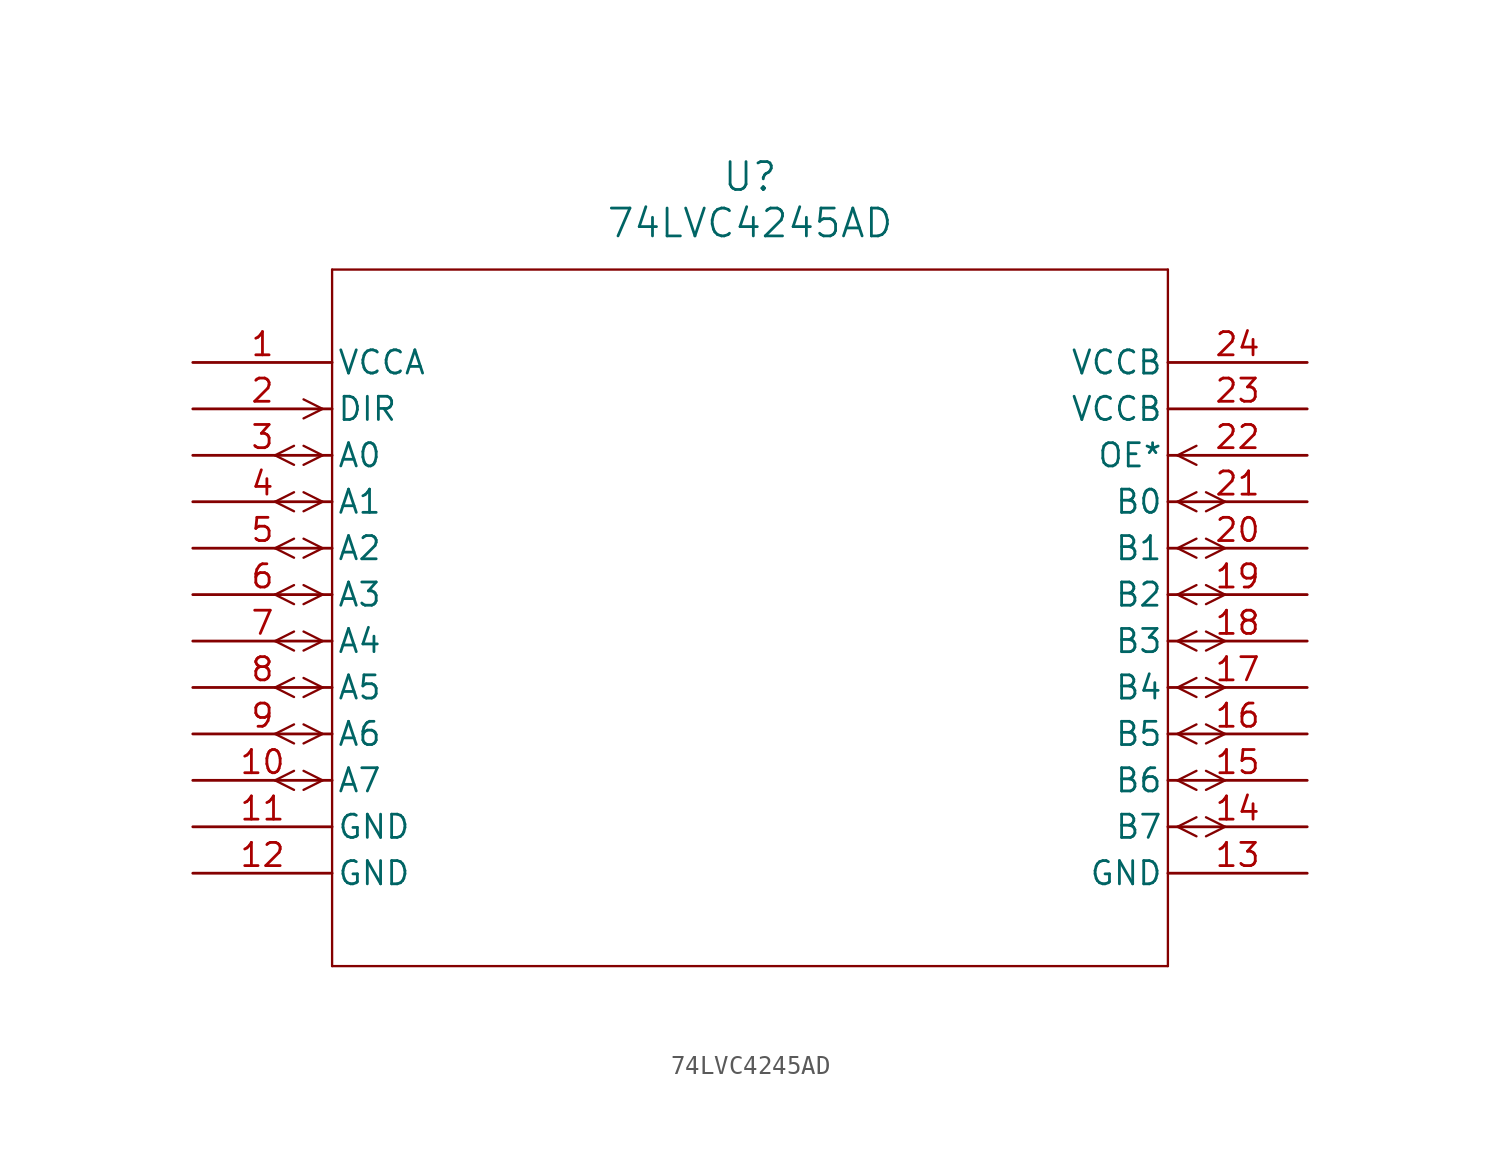
<source format=kicad_sym>
(kicad_symbol_lib
  (version 20211014)
  (generator kicad_symbol_editor)
  (symbol "74LVC4245AD"
    (pin_names
      (offset 0.254))
    (property "Reference" "U"
      (at 30.48 10.16 0)
      (effects (font (size 1.524 1.524))))
    (property "Value" "74LVC4245AD"
      (at 30.48 7.62 0)
      (effects (font (size 1.524 1.524))))
    (symbol "74LVC4245AD_0_1"
      (polyline (pts (xy 7.099 -2.54) (xy 6.058 -2.019)) (stroke (width 0.127) (type default) (color 0 0 0 0)) (fill (type none)))
      (polyline (pts (xy 7.099 -2.54) (xy 6.058 -3.061)) (stroke (width 0.127) (type default) (color 0 0 0 0)) (fill (type none)))
      (polyline (pts (xy 7.099 -5.08) (xy 6.058 -4.559)) (stroke (width 0.127) (type default) (color 0 0 0 0)) (fill (type none)))
      (polyline (pts (xy 7.099 -5.08) (xy 6.058 -5.601)) (stroke (width 0.127) (type default) (color 0 0 0 0)) (fill (type none)))
      (polyline (pts (xy 5.537 -4.559) (xy 4.496 -5.08)) (stroke (width 0.127) (type default) (color 0 0 0 0)) (fill (type none)))
      (polyline (pts (xy 5.537 -5.601) (xy 4.496 -5.08)) (stroke (width 0.127) (type default) (color 0 0 0 0)) (fill (type none)))
      (polyline (pts (xy 7.099 -7.62) (xy 6.058 -7.099)) (stroke (width 0.127) (type default) (color 0 0 0 0)) (fill (type none)))
      (polyline (pts (xy 7.099 -7.62) (xy 6.058 -8.141)) (stroke (width 0.127) (type default) (color 0 0 0 0)) (fill (type none)))
      (polyline (pts (xy 5.537 -7.099) (xy 4.496 -7.62)) (stroke (width 0.127) (type default) (color 0 0 0 0)) (fill (type none)))
      (polyline (pts (xy 5.537 -8.141) (xy 4.496 -7.62)) (stroke (width 0.127) (type default) (color 0 0 0 0)) (fill (type none)))
      (polyline (pts (xy 7.099 -10.16) (xy 6.058 -9.639)) (stroke (width 0.127) (type default) (color 0 0 0 0)) (fill (type none)))
      (polyline (pts (xy 7.099 -10.16) (xy 6.058 -10.681)) (stroke (width 0.127) (type default) (color 0 0 0 0)) (fill (type none)))
      (polyline (pts (xy 5.537 -9.639) (xy 4.496 -10.16)) (stroke (width 0.127) (type default) (color 0 0 0 0)) (fill (type none)))
      (polyline (pts (xy 5.537 -10.681) (xy 4.496 -10.16)) (stroke (width 0.127) (type default) (color 0 0 0 0)) (fill (type none)))
      (polyline (pts (xy 7.099 -12.7) (xy 6.058 -12.179)) (stroke (width 0.127) (type default) (color 0 0 0 0)) (fill (type none)))
      (polyline (pts (xy 7.099 -12.7) (xy 6.058 -13.221)) (stroke (width 0.127) (type default) (color 0 0 0 0)) (fill (type none)))
      (polyline (pts (xy 5.537 -12.179) (xy 4.496 -12.7)) (stroke (width 0.127) (type default) (color 0 0 0 0)) (fill (type none)))
      (polyline (pts (xy 5.537 -13.221) (xy 4.496 -12.7)) (stroke (width 0.127) (type default) (color 0 0 0 0)) (fill (type none)))
      (polyline (pts (xy 7.099 -15.24) (xy 6.058 -14.719)) (stroke (width 0.127) (type default) (color 0 0 0 0)) (fill (type none)))
      (polyline (pts (xy 7.099 -15.24) (xy 6.058 -15.761)) (stroke (width 0.127) (type default) (color 0 0 0 0)) (fill (type none)))
      (polyline (pts (xy 5.537 -14.719) (xy 4.496 -15.24)) (stroke (width 0.127) (type default) (color 0 0 0 0)) (fill (type none)))
      (polyline (pts (xy 5.537 -15.761) (xy 4.496 -15.24)) (stroke (width 0.127) (type default) (color 0 0 0 0)) (fill (type none)))
      (polyline (pts (xy 7.099 -17.78) (xy 6.058 -17.259)) (stroke (width 0.127) (type default) (color 0 0 0 0)) (fill (type none)))
      (polyline (pts (xy 7.099 -17.78) (xy 6.058 -18.301)) (stroke (width 0.127) (type default) (color 0 0 0 0)) (fill (type none)))
      (polyline (pts (xy 5.537 -17.259) (xy 4.496 -17.78)) (stroke (width 0.127) (type default) (color 0 0 0 0)) (fill (type none)))
      (polyline (pts (xy 5.537 -18.301) (xy 4.496 -17.78)) (stroke (width 0.127) (type default) (color 0 0 0 0)) (fill (type none)))
      (polyline (pts (xy 7.099 -20.32) (xy 6.058 -19.799)) (stroke (width 0.127) (type default) (color 0 0 0 0)) (fill (type none)))
      (polyline (pts (xy 7.099 -20.32) (xy 6.058 -20.841)) (stroke (width 0.127) (type default) (color 0 0 0 0)) (fill (type none)))
      (polyline (pts (xy 5.537 -19.799) (xy 4.496 -20.32)) (stroke (width 0.127) (type default) (color 0 0 0 0)) (fill (type none)))
      (polyline (pts (xy 5.537 -20.841) (xy 4.496 -20.32)) (stroke (width 0.127) (type default) (color 0 0 0 0)) (fill (type none)))
      (polyline (pts (xy 7.099 -22.86) (xy 6.058 -22.339)) (stroke (width 0.127) (type default) (color 0 0 0 0)) (fill (type none)))
      (polyline (pts (xy 7.099 -22.86) (xy 6.058 -23.381)) (stroke (width 0.127) (type default) (color 0 0 0 0)) (fill (type none)))
      (polyline (pts (xy 5.537 -22.339) (xy 4.496 -22.86)) (stroke (width 0.127) (type default) (color 0 0 0 0)) (fill (type none)))
      (polyline (pts (xy 5.537 -23.381) (xy 4.496 -22.86)) (stroke (width 0.127) (type default) (color 0 0 0 0)) (fill (type none)))
      (polyline (pts (xy 53.861 -25.4) (xy 54.902 -24.879)) (stroke (width 0.127) (type default) (color 0 0 0 0)) (fill (type none)))
      (polyline (pts (xy 53.861 -25.4) (xy 54.902 -25.921)) (stroke (width 0.127) (type default) (color 0 0 0 0)) (fill (type none)))
      (polyline (pts (xy 55.423 -24.879) (xy 56.464 -25.4)) (stroke (width 0.127) (type default) (color 0 0 0 0)) (fill (type none)))
      (polyline (pts (xy 55.423 -25.921) (xy 56.464 -25.4)) (stroke (width 0.127) (type default) (color 0 0 0 0)) (fill (type none)))
      (polyline (pts (xy 53.861 -22.86) (xy 54.902 -22.339)) (stroke (width 0.127) (type default) (color 0 0 0 0)) (fill (type none)))
      (polyline (pts (xy 53.861 -22.86) (xy 54.902 -23.381)) (stroke (width 0.127) (type default) (color 0 0 0 0)) (fill (type none)))
      (polyline (pts (xy 55.423 -22.339) (xy 56.464 -22.86)) (stroke (width 0.127) (type default) (color 0 0 0 0)) (fill (type none)))
      (polyline (pts (xy 55.423 -23.381) (xy 56.464 -22.86)) (stroke (width 0.127) (type default) (color 0 0 0 0)) (fill (type none)))
      (polyline (pts (xy 53.861 -20.32) (xy 54.902 -19.799)) (stroke (width 0.127) (type default) (color 0 0 0 0)) (fill (type none)))
      (polyline (pts (xy 53.861 -20.32) (xy 54.902 -20.841)) (stroke (width 0.127) (type default) (color 0 0 0 0)) (fill (type none)))
      (polyline (pts (xy 55.423 -19.799) (xy 56.464 -20.32)) (stroke (width 0.127) (type default) (color 0 0 0 0)) (fill (type none)))
      (polyline (pts (xy 55.423 -20.841) (xy 56.464 -20.32)) (stroke (width 0.127) (type default) (color 0 0 0 0)) (fill (type none)))
      (polyline (pts (xy 53.861 -17.78) (xy 54.902 -17.259)) (stroke (width 0.127) (type default) (color 0 0 0 0)) (fill (type none)))
      (polyline (pts (xy 53.861 -17.78) (xy 54.902 -18.301)) (stroke (width 0.127) (type default) (color 0 0 0 0)) (fill (type none)))
      (polyline (pts (xy 55.423 -17.259) (xy 56.464 -17.78)) (stroke (width 0.127) (type default) (color 0 0 0 0)) (fill (type none)))
      (polyline (pts (xy 55.423 -18.301) (xy 56.464 -17.78)) (stroke (width 0.127) (type default) (color 0 0 0 0)) (fill (type none)))
      (polyline (pts (xy 53.861 -15.24) (xy 54.902 -14.719)) (stroke (width 0.127) (type default) (color 0 0 0 0)) (fill (type none)))
      (polyline (pts (xy 53.861 -15.24) (xy 54.902 -15.761)) (stroke (width 0.127) (type default) (color 0 0 0 0)) (fill (type none)))
      (polyline (pts (xy 55.423 -14.719) (xy 56.464 -15.24)) (stroke (width 0.127) (type default) (color 0 0 0 0)) (fill (type none)))
      (polyline (pts (xy 55.423 -15.761) (xy 56.464 -15.24)) (stroke (width 0.127) (type default) (color 0 0 0 0)) (fill (type none)))
      (polyline (pts (xy 53.861 -12.7) (xy 54.902 -12.179)) (stroke (width 0.127) (type default) (color 0 0 0 0)) (fill (type none)))
      (polyline (pts (xy 53.861 -12.7) (xy 54.902 -13.221)) (stroke (width 0.127) (type default) (color 0 0 0 0)) (fill (type none)))
      (polyline (pts (xy 55.423 -12.179) (xy 56.464 -12.7)) (stroke (width 0.127) (type default) (color 0 0 0 0)) (fill (type none)))
      (polyline (pts (xy 55.423 -13.221) (xy 56.464 -12.7)) (stroke (width 0.127) (type default) (color 0 0 0 0)) (fill (type none)))
      (polyline (pts (xy 53.861 -10.16) (xy 54.902 -9.639)) (stroke (width 0.127) (type default) (color 0 0 0 0)) (fill (type none)))
      (polyline (pts (xy 53.861 -10.16) (xy 54.902 -10.681)) (stroke (width 0.127) (type default) (color 0 0 0 0)) (fill (type none)))
      (polyline (pts (xy 55.423 -9.639) (xy 56.464 -10.16)) (stroke (width 0.127) (type default) (color 0 0 0 0)) (fill (type none)))
      (polyline (pts (xy 55.423 -10.681) (xy 56.464 -10.16)) (stroke (width 0.127) (type default) (color 0 0 0 0)) (fill (type none)))
      (polyline (pts (xy 53.861 -7.62) (xy 54.902 -7.099)) (stroke (width 0.127) (type default) (color 0 0 0 0)) (fill (type none)))
      (polyline (pts (xy 53.861 -7.62) (xy 54.902 -8.141)) (stroke (width 0.127) (type default) (color 0 0 0 0)) (fill (type none)))
      (polyline (pts (xy 55.423 -7.099) (xy 56.464 -7.62)) (stroke (width 0.127) (type default) (color 0 0 0 0)) (fill (type none)))
      (polyline (pts (xy 55.423 -8.141) (xy 56.464 -7.62)) (stroke (width 0.127) (type default) (color 0 0 0 0)) (fill (type none)))
      (polyline (pts (xy 53.861 -5.08) (xy 54.902 -4.559)) (stroke (width 0.127) (type default) (color 0 0 0 0)) (fill (type none)))
      (polyline (pts (xy 53.861 -5.08) (xy 54.902 -5.601)) (stroke (width 0.127) (type default) (color 0 0 0 0)) (fill (type none)))
      (polyline (pts (xy 7.62 5.08) (xy 7.62 -33.02)) (stroke (width 0.127) (type default) (color 0 0 0 0)) (fill (type none)))
      (polyline (pts (xy 7.62 -33.02) (xy 53.34 -33.02)) (stroke (width 0.127) (type default) (color 0 0 0 0)) (fill (type none)))
      (polyline (pts (xy 53.34 -33.02) (xy 53.34 5.08)) (stroke (width 0.127) (type default) (color 0 0 0 0)) (fill (type none)))
      (polyline (pts (xy 53.34 5.08) (xy 7.62 5.08)) (stroke (width 0.127) (type default) (color 0 0 0 0)) (fill (type none)))
      (pin power_in line (at 0 0 0) (length 7.62) (name "VCCA" (effects (font (size 1.27 1.27)))) (number "1" (effects (font (size 1.27 1.27)))))
      (pin input line (at 0 -2.54 0) (length 7.62) (name "DIR" (effects (font (size 1.27 1.27)))) (number "2" (effects (font (size 1.27 1.27)))))
      (pin bidirectional line (at 0 -5.08 0) (length 7.62) (name "A0" (effects (font (size 1.27 1.27)))) (number "3" (effects (font (size 1.27 1.27)))))
      (pin bidirectional line (at 0 -7.62 0) (length 7.62) (name "A1" (effects (font (size 1.27 1.27)))) (number "4" (effects (font (size 1.27 1.27)))))
      (pin bidirectional line (at 0 -10.16 0) (length 7.62) (name "A2" (effects (font (size 1.27 1.27)))) (number "5" (effects (font (size 1.27 1.27)))))
      (pin bidirectional line (at 0 -12.7 0) (length 7.62) (name "A3" (effects (font (size 1.27 1.27)))) (number "6" (effects (font (size 1.27 1.27)))))
      (pin bidirectional line (at 0 -15.24 0) (length 7.62) (name "A4" (effects (font (size 1.27 1.27)))) (number "7" (effects (font (size 1.27 1.27)))))
      (pin bidirectional line (at 0 -17.78 0) (length 7.62) (name "A5" (effects (font (size 1.27 1.27)))) (number "8" (effects (font (size 1.27 1.27)))))
      (pin bidirectional line (at 0 -20.32 0) (length 7.62) (name "A6" (effects (font (size 1.27 1.27)))) (number "9" (effects (font (size 1.27 1.27)))))
      (pin bidirectional line (at 0 -22.86 0) (length 7.62) (name "A7" (effects (font (size 1.27 1.27)))) (number "10" (effects (font (size 1.27 1.27)))))
      (pin power_in line (at 0 -25.4 0) (length 7.62) (name "GND" (effects (font (size 1.27 1.27)))) (number "11" (effects (font (size 1.27 1.27)))))
      (pin power_in line (at 0 -27.94 0) (length 7.62) (name "GND" (effects (font (size 1.27 1.27)))) (number "12" (effects (font (size 1.27 1.27)))))
      (pin power_in line (at 60.96 -27.94 180) (length 7.62) (name "GND" (effects (font (size 1.27 1.27)))) (number "13" (effects (font (size 1.27 1.27)))))
      (pin bidirectional line (at 60.96 -25.4 180) (length 7.62) (name "B7" (effects (font (size 1.27 1.27)))) (number "14" (effects (font (size 1.27 1.27)))))
      (pin bidirectional line (at 60.96 -22.86 180) (length 7.62) (name "B6" (effects (font (size 1.27 1.27)))) (number "15" (effects (font (size 1.27 1.27)))))
      (pin bidirectional line (at 60.96 -20.32 180) (length 7.62) (name "B5" (effects (font (size 1.27 1.27)))) (number "16" (effects (font (size 1.27 1.27)))))
      (pin bidirectional line (at 60.96 -17.78 180) (length 7.62) (name "B4" (effects (font (size 1.27 1.27)))) (number "17" (effects (font (size 1.27 1.27)))))
      (pin bidirectional line (at 60.96 -15.24 180) (length 7.62) (name "B3" (effects (font (size 1.27 1.27)))) (number "18" (effects (font (size 1.27 1.27)))))
      (pin bidirectional line (at 60.96 -12.7 180) (length 7.62) (name "B2" (effects (font (size 1.27 1.27)))) (number "19" (effects (font (size 1.27 1.27)))))
      (pin bidirectional line (at 60.96 -10.16 180) (length 7.62) (name "B1" (effects (font (size 1.27 1.27)))) (number "20" (effects (font (size 1.27 1.27)))))
      (pin bidirectional line (at 60.96 -7.62 180) (length 7.62) (name "B0" (effects (font (size 1.27 1.27)))) (number "21" (effects (font (size 1.27 1.27)))))
      (pin input line (at 60.96 -5.08 180) (length 7.62) (name "OE*" (effects (font (size 1.27 1.27)))) (number "22" (effects (font (size 1.27 1.27)))))
      (pin power_in line (at 60.96 -2.54 180) (length 7.62) (name "VCCB" (effects (font (size 1.27 1.27)))) (number "23" (effects (font (size 1.27 1.27)))))
      (pin power_in line (at 60.96 0 180) (length 7.62) (name "VCCB" (effects (font (size 1.27 1.27)))) (number "24" (effects (font (size 1.27 1.27))))))))
</source>
